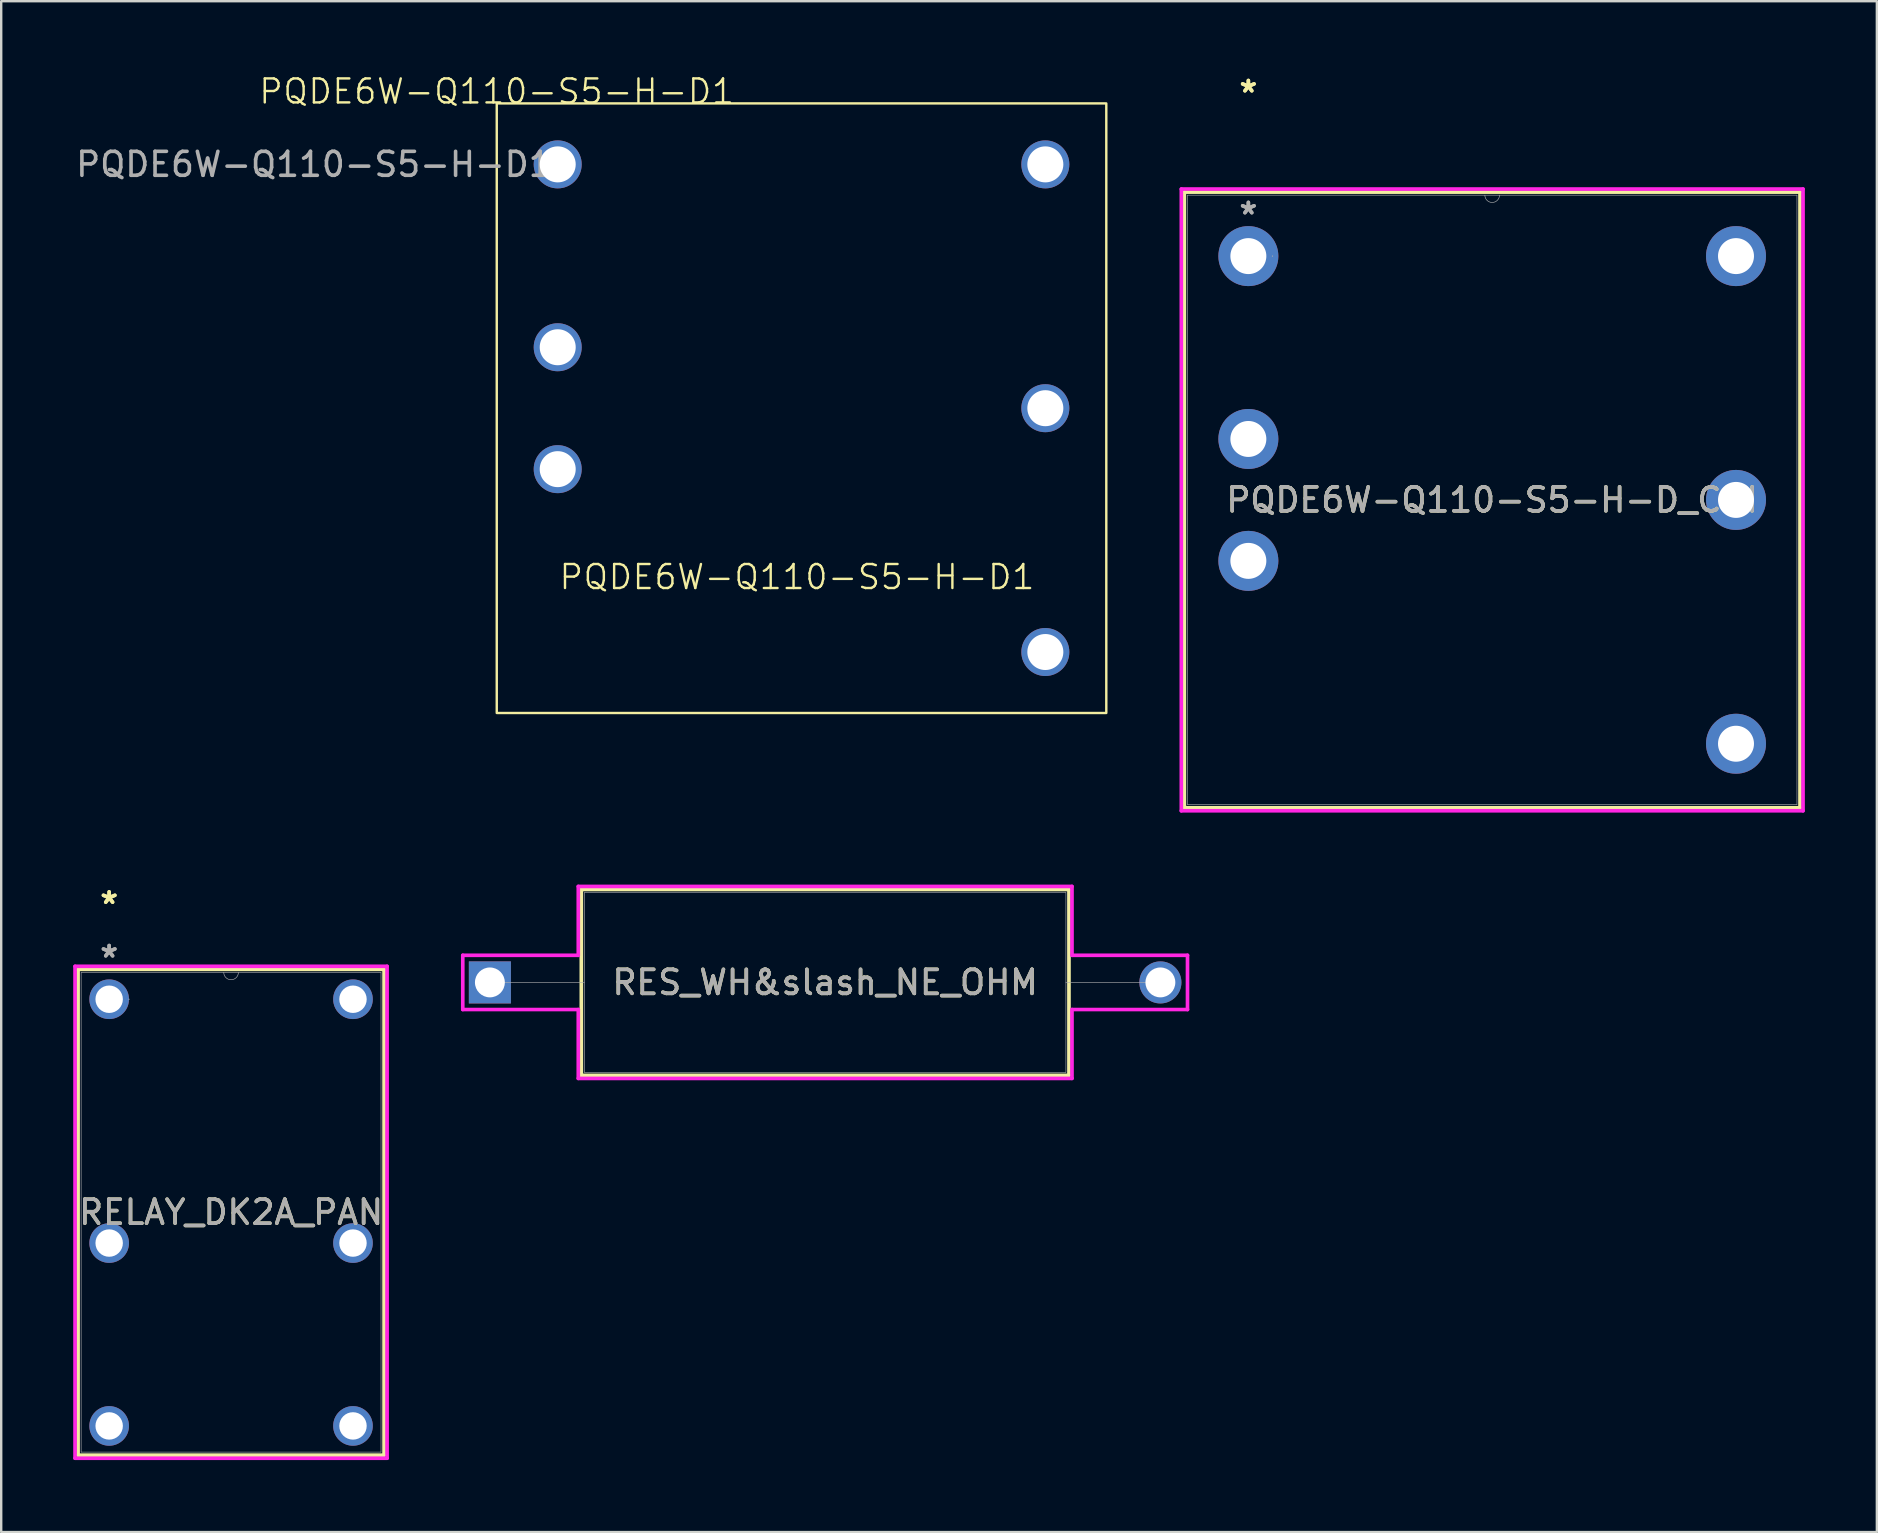
<source format=kicad_pcb>
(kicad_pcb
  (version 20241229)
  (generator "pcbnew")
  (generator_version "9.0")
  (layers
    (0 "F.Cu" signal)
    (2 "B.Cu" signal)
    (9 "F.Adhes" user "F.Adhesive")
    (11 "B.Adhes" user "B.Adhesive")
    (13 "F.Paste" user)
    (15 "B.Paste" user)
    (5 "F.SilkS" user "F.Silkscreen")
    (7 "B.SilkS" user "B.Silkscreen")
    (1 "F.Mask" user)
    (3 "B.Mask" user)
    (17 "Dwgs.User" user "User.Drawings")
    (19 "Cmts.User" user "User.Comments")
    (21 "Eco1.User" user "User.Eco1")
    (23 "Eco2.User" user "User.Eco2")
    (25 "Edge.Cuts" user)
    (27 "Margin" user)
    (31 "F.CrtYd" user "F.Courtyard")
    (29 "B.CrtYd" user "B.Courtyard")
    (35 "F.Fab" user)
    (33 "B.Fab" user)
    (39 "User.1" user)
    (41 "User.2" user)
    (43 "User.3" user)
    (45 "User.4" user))
  (footprint "RES_WH&slash_NE_OHM"
    (layer "F.Cu")
    (at 17.364 37.888)
    (property "Reference" "RES_WH&slash_NE_OHM" (at 13.97 0 0) (unlocked yes) (layer "F.SilkS") (effects (font (size 1 1) (thickness 0.15))))
    (attr through_hole)
    (fp_line (start 3.81 -3.873) (end 3.81 3.873) (stroke (width 0.152) (type solid)) (layer "F.SilkS"))
    (fp_line (start 3.81 3.873) (end 24.13 3.873) (stroke (width 0.152) (type solid)) (layer "F.SilkS"))
    (fp_line (start 24.13 -3.873) (end 3.81 -3.873) (stroke (width 0.152) (type solid)) (layer "F.SilkS"))
    (fp_line (start 24.13 3.873) (end 24.13 -3.873) (stroke (width 0.152) (type solid)) (layer "F.SilkS"))
    (fp_line (start -1.13 -1.13) (end 3.683 -1.13) (stroke (width 0.152) (type solid)) (layer "F.CrtYd"))
    (fp_line (start -1.13 1.13) (end -1.13 -1.13) (stroke (width 0.152) (type solid)) (layer "F.CrtYd"))
    (fp_line (start 3.683 -4) (end 24.257 -4) (stroke (width 0.152) (type solid)) (layer "F.CrtYd"))
    (fp_line (start 3.683 -1.13) (end 3.683 -4) (stroke (width 0.152) (type solid)) (layer "F.CrtYd"))
    (fp_line (start 3.683 1.13) (end -1.13 1.13) (stroke (width 0.152) (type solid)) (layer "F.CrtYd"))
    (fp_line (start 3.683 4) (end 3.683 1.13) (stroke (width 0.152) (type solid)) (layer "F.CrtYd"))
    (fp_line (start 24.257 -4) (end 24.257 -1.13) (stroke (width 0.152) (type solid)) (layer "F.CrtYd"))
    (fp_line (start 24.257 -1.13) (end 29.07 -1.13) (stroke (width 0.152) (type solid)) (layer "F.CrtYd"))
    (fp_line (start 24.257 1.13) (end 24.257 4) (stroke (width 0.152) (type solid)) (layer "F.CrtYd"))
    (fp_line (start 24.257 4) (end 3.683 4) (stroke (width 0.152) (type solid)) (layer "F.CrtYd"))
    (fp_line (start 29.07 -1.13) (end 29.07 1.13) (stroke (width 0.152) (type solid)) (layer "F.CrtYd"))
    (fp_line (start 29.07 1.13) (end 24.257 1.13) (stroke (width 0.152) (type solid)) (layer "F.CrtYd"))
    (fp_line (start 0 0) (end 3.937 0) (stroke (width 0.025) (type solid)) (layer "F.Fab"))
    (fp_line (start 3.937 -3.747) (end 3.937 3.747) (stroke (width 0.025) (type solid)) (layer "F.Fab"))
    (fp_line (start 3.937 3.747) (end 24.003 3.747) (stroke (width 0.025) (type solid)) (layer "F.Fab"))
    (fp_line (start 24.003 -3.747) (end 3.937 -3.747) (stroke (width 0.025) (type solid)) (layer "F.Fab"))
    (fp_line (start 24.003 3.747) (end 24.003 -3.747) (stroke (width 0.025) (type solid)) (layer "F.Fab"))
    (fp_line (start 27.94 0) (end 24.003 0) (stroke (width 0.025) (type solid)) (layer "F.Fab"))
    (fp_text user "${REFERENCE}" (at 13.97 0 0) (unlocked yes) (layer "F.Fab") (effects (font (size 1 1) (thickness 0.15))))
    (pad "1" thru_hole rect (at 0 0) (size 1.753 1.753) (drill 1.245) (layers "*.Cu" "*.Mask"))
    (pad "2" thru_hole circle (at 27.94 0) (size 1.753 1.753) (drill 1.245) (layers "*.Cu" "*.Mask")))
  (footprint "RELAY_DK2A_PAN"
    (layer "F.Cu")
    (at 1.499 38.589)
    (property "Reference" "RELAY_DK2A_PAN" (at 5.08 8.877 0) (unlocked yes) (layer "F.SilkS") (effects (font (size 1 1) (thickness 0.15))))
    (attr through_hole)
    (fp_line (start -1.295 -1.245) (end -1.295 18.999) (stroke (width 0.152) (type solid)) (layer "F.SilkS"))
    (fp_line (start -1.295 18.999) (end 11.455 18.999) (stroke (width 0.152) (type solid)) (layer "F.SilkS"))
    (fp_line (start 11.455 -1.245) (end -1.295 -1.245) (stroke (width 0.152) (type solid)) (layer "F.SilkS"))
    (fp_line (start 11.455 18.999) (end 11.455 -1.245) (stroke (width 0.152) (type solid)) (layer "F.SilkS"))
    (fp_line (start -1.422 -1.372) (end 11.582 -1.372) (stroke (width 0.152) (type solid)) (layer "F.CrtYd"))
    (fp_line (start -1.422 19.126) (end -1.422 -1.372) (stroke (width 0.152) (type solid)) (layer "F.CrtYd"))
    (fp_line (start 11.582 -1.372) (end 11.582 19.126) (stroke (width 0.152) (type solid)) (layer "F.CrtYd"))
    (fp_line (start 11.582 19.126) (end -1.422 19.126) (stroke (width 0.152) (type solid)) (layer "F.CrtYd"))
    (fp_line (start -1.168 -1.118) (end -1.168 18.872) (stroke (width 0.025) (type solid)) (layer "F.Fab"))
    (fp_line (start -1.168 18.872) (end 11.328 18.872) (stroke (width 0.025) (type solid)) (layer "F.Fab"))
    (fp_line (start 11.328 -1.118) (end -1.168 -1.118) (stroke (width 0.025) (type solid)) (layer "F.Fab"))
    (fp_line (start 11.328 18.872) (end 11.328 -1.118) (stroke (width 0.025) (type solid)) (layer "F.Fab"))
    (fp_arc (start 5.3848 -1.1176) (mid 5.08 -0.8128) (end 4.7752 -1.1176) (stroke (width 0.0254) (type solid)) (layer "F.Fab"))
    (fp_circle (center 0.826 0) (end 0.826 0) (stroke (width 0.025) (type solid)) (fill no) (layer "F.Fab"))
    (fp_text user "*" (at 0 -3.929 0) (layer "F.SilkS") (effects (font (size 1 1) (thickness 0.15))))
    (fp_text user "*" (at 0 -3.929 0) (unlocked yes) (layer "F.SilkS") (effects (font (size 1 1) (thickness 0.15))))
    (fp_text user "${REFERENCE}" (at 5.08 8.877 0) (unlocked yes) (layer "F.Fab") (effects (font (size 1 1) (thickness 0.15))))
    (fp_text user "*" (at 0 -1.693 0) (unlocked yes) (layer "F.Fab") (effects (font (size 1 1) (thickness 0.15))))
    (fp_text user "*" (at 0 -1.693 0) (layer "F.Fab") (effects (font (size 1 1) (thickness 0.15))))
    (pad "1" thru_hole circle (at 0 0) (size 1.651 1.651) (drill 1.143) (layers "*.Cu" "*.Mask"))
    (pad "3" thru_hole circle (at 0 10.16) (size 1.651 1.651) (drill 1.143) (layers "*.Cu" "*.Mask"))
    (pad "4" thru_hole circle (at 0 17.78) (size 1.651 1.651) (drill 1.143) (layers "*.Cu" "*.Mask"))
    (pad "5" thru_hole circle (at 10.16 17.78) (size 1.651 1.651) (drill 1.143) (layers "*.Cu" "*.Mask"))
    (pad "6" thru_hole circle (at 10.16 10.16) (size 1.651 1.651) (drill 1.143) (layers "*.Cu" "*.Mask"))
    (pad "8" thru_hole circle (at 10.16 0) (size 1.651 1.651) (drill 1.143) (layers "*.Cu" "*.Mask")))
  (footprint "PQDE6W-Q110-S5-H-D_CUI"
    (layer "F.Cu")
    (at 48.97 7.622)
    (property "Reference" "PQDE6W-Q110-S5-H-D_CUI" (at 10.16 10.16 0) (unlocked yes) (layer "F.SilkS") (effects (font (size 1 1) (thickness 0.15))))
    (attr through_hole)
    (fp_line (start -2.667 -2.667) (end -2.667 22.987) (stroke (width 0.152) (type solid)) (layer "F.SilkS"))
    (fp_line (start -2.667 22.987) (end 22.987 22.987) (stroke (width 0.152) (type solid)) (layer "F.SilkS"))
    (fp_line (start 22.987 -2.667) (end -2.667 -2.667) (stroke (width 0.152) (type solid)) (layer "F.SilkS"))
    (fp_line (start 22.987 22.987) (end 22.987 -2.667) (stroke (width 0.152) (type solid)) (layer "F.SilkS"))
    (fp_line (start -2.794 -2.794) (end 23.114 -2.794) (stroke (width 0.152) (type solid)) (layer "F.CrtYd"))
    (fp_line (start -2.794 23.114) (end -2.794 -2.794) (stroke (width 0.152) (type solid)) (layer "F.CrtYd"))
    (fp_line (start 23.114 -2.794) (end 23.114 23.114) (stroke (width 0.152) (type solid)) (layer "F.CrtYd"))
    (fp_line (start 23.114 23.114) (end -2.794 23.114) (stroke (width 0.152) (type solid)) (layer "F.CrtYd"))
    (fp_line (start -2.54 -2.54) (end -2.54 22.86) (stroke (width 0.025) (type solid)) (layer "F.Fab"))
    (fp_line (start -2.54 22.86) (end 22.86 22.86) (stroke (width 0.025) (type solid)) (layer "F.Fab"))
    (fp_line (start 22.86 -2.54) (end -2.54 -2.54) (stroke (width 0.025) (type solid)) (layer "F.Fab"))
    (fp_line (start 22.86 22.86) (end 22.86 -2.54) (stroke (width 0.025) (type solid)) (layer "F.Fab"))
    (fp_arc (start 10.4648 -2.54) (mid 10.16 -2.2352) (end 9.8552 -2.54) (stroke (width 0.0254) (type solid)) (layer "F.Fab"))
    (fp_circle (center 1.003 0) (end 1.003 0) (stroke (width 0.025) (type solid)) (fill no) (layer "F.Fab"))
    (fp_text user "*" (at 0 -6.773 0) (unlocked yes) (layer "F.SilkS") (effects (font (size 1 1) (thickness 0.15))))
    (fp_text user "*" (at 0 -6.773 0) (layer "F.SilkS") (effects (font (size 1 1) (thickness 0.15))))
    (fp_text user "*" (at 0 -1.693 0) (layer "F.Fab") (effects (font (size 1 1) (thickness 0.15))))
    (fp_text user "${REFERENCE}" (at 10.16 10.16 0) (unlocked yes) (layer "F.Fab") (effects (font (size 1 1) (thickness 0.15))))
    (fp_text user "*" (at 0 -1.693 0) (unlocked yes) (layer "F.Fab") (effects (font (size 1 1) (thickness 0.15))))
    (pad "1" thru_hole circle (at 0 0) (size 2.5 2.5) (drill 1.499) (layers "*.Cu" "*.Mask"))
    (pad "2" thru_hole circle (at 0 7.62) (size 2.5 2.5) (drill 1.499) (layers "*.Cu" "*.Mask"))
    (pad "3" thru_hole circle (at 0 12.7) (size 2.5 2.5) (drill 1.499) (layers "*.Cu" "*.Mask"))
    (pad "4" thru_hole circle (at 20.32 20.32) (size 2.5 2.5) (drill 1.499) (layers "*.Cu" "*.Mask"))
    (pad "5" thru_hole circle (at 20.32 10.16) (size 2.5 2.5) (drill 1.499) (layers "*.Cu" "*.Mask"))
    (pad "6" thru_hole circle (at 20.32 0) (size 2.5 2.5) (drill 1.499) (layers "*.Cu" "*.Mask")))
  (footprint "PQDE6W-Q110-S5-H-D1"
    (layer "F.Cu")
    (at 17.65 1.26)
    (property "Reference" "PQDE6W-Q110-S5-H-D1" (at 0 -0.5 0) (unlocked yes) (layer "F.SilkS") (effects (font (size 1 1) (thickness 0.1))))
    (attr through_hole)
    (fp_rect (start 0 0) (end 25.4 25.4) (stroke (width 0.1) (type default)) (fill no) (layer "F.SilkS"))
    (fp_text user "PQDE6W-Q110-S5-H-D1" (at 2.54 20.32 0) (unlocked yes) (layer "F.SilkS") (effects (font (size 1 1) (thickness 0.1)) (justify left bottom)))
    (fp_text user "${REFERENCE}" (at -7.62 2.54 0) (unlocked yes) (layer "F.Fab") (effects (font (size 1 1) (thickness 0.15))))
    (pad "1" thru_hole circle (at 2.54 2.54) (size 2 2) (drill 1.5) (layers "*.Cu" "*.Mask"))
    (pad "2" thru_hole circle (at 2.54 10.16) (size 2 2) (drill 1.5) (layers "*.Cu" "*.Mask"))
    (pad "3" thru_hole circle (at 2.54 15.24) (size 2 2) (drill 1.5) (layers "*.Cu" "*.Mask"))
    (pad "4" thru_hole circle (at 22.86 22.86) (size 2 2) (drill 1.5) (layers "*.Cu" "*.Mask"))
    (pad "5" thru_hole circle (at 22.86 12.7) (size 2 2) (drill 1.5) (layers "*.Cu" "*.Mask"))
    (pad "6" thru_hole circle (at 22.86 2.54) (size 2 2) (drill 1.5) (layers "*.Cu" "*.Mask")))
  (gr_rect
    (start -3 -3)
    (end 75.16 60.791)
    (stroke (width 0.1) (type default))
    (fill no)
    (layer "Edge.Cuts")))
</source>
